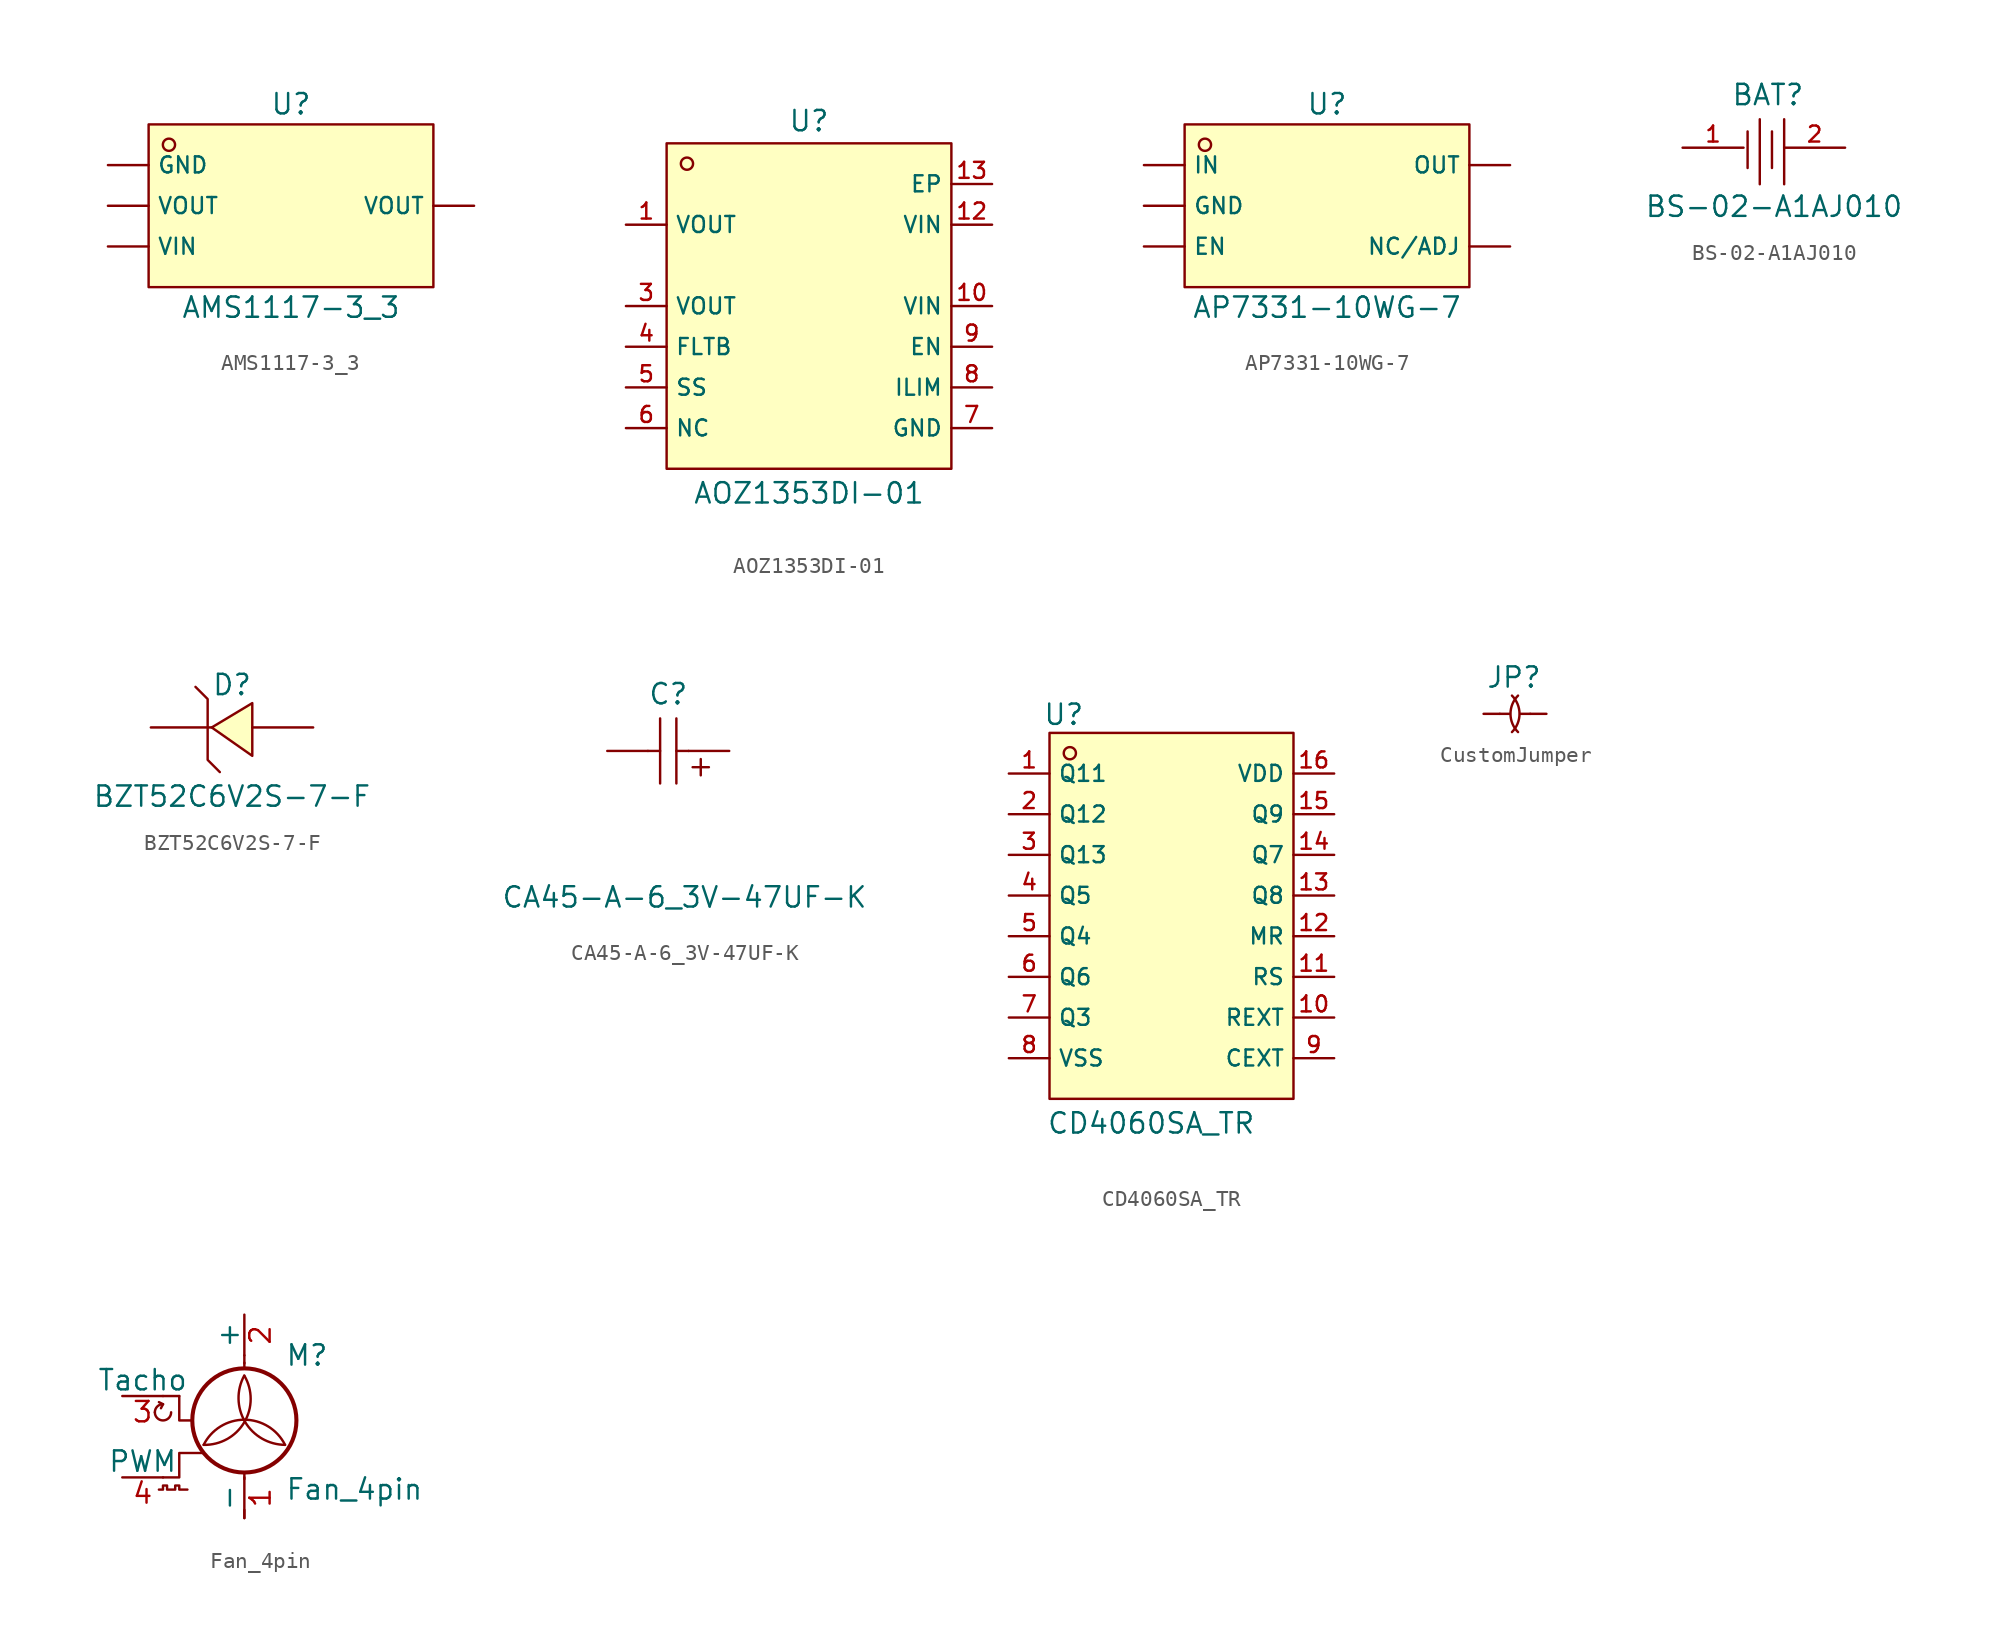
<source format=kicad_sym>
(kicad_symbol_lib
  (version 20241209)
  (generator "kicad_symbol_editor")
  (generator_version "9.0")
  (symbol "AMS1117-3_3"
    (pin_numbers
      (hide yes))
    (property "Reference" "U"
      (at 0 6.35 0)
      (effects (font (size 1.27 1.27))))
    (property "Value" "AMS1117-3_3"
      (at 0 -6.35 0)
      (effects (font (size 1.27 1.27))))
    (symbol "AMS1117-3_3_0_1"
      (rectangle (start -8.89 5.08) (end 8.89 -5.08) (stroke (width 0) (type default)) (fill (type background)))
      (circle (center -7.62 3.81) (radius 0.381) (stroke (width 0) (type default)) (fill (type background)))
      (pin unspecified line (at -11.43 2.54 0) (length 2.54) (name "GND" (effects (font (size 1 1)))) (number "1" (effects (font (size 1 1)))))
      (pin unspecified line (at -11.43 0 0) (length 2.54) (name "VOUT" (effects (font (size 1 1)))) (number "2" (effects (font (size 1 1)))))
      (pin unspecified line (at -11.43 -2.54 0) (length 2.54) (name "VIN" (effects (font (size 1 1)))) (number "3" (effects (font (size 1 1)))))
      (pin unspecified line (at 11.43 0 180) (length 2.54) (name "VOUT" (effects (font (size 1 1)))) (number "4" (effects (font (size 1 1)))))))
  (symbol "AOZ1353DI-01"
    (property "Reference" "U"
      (at 0 11.557 0)
      (effects (font (size 1.27 1.27))))
    (property "Value" "AOZ1353DI-01"
      (at 0 -11.684 0)
      (effects (font (size 1.27 1.27))))
    (symbol "AOZ1353DI-01_0_1"
      (rectangle (start -8.89 10.16) (end 8.89 -10.16) (stroke (width 0) (type default)) (fill (type background)))
      (circle (center -7.62 8.89) (radius 0.381) (stroke (width 0) (type default)) (fill (type background)))
      (pin unspecified line (at -11.43 5.08 0) (length 2.54) (name "VOUT" (effects (font (size 1 1)))) (number "1" (effects (font (size 1 1)))))
      (pin unspecified line (at -11.43 0 0) (length 2.54) (name "VOUT" (effects (font (size 1 1)))) (number "3" (effects (font (size 1 1)))))
      (pin unspecified line (at -11.43 -2.54 0) (length 2.54) (name "FLTB" (effects (font (size 1 1)))) (number "4" (effects (font (size 1 1)))))
      (pin unspecified line (at -11.43 -5.08 0) (length 2.54) (name "SS" (effects (font (size 1 1)))) (number "5" (effects (font (size 1 1)))))
      (pin unspecified line (at -11.43 -7.62 0) (length 2.54) (name "NC" (effects (font (size 1 1)))) (number "6" (effects (font (size 1 1)))))
      (pin unspecified line (at 11.43 7.62 180) (length 2.54) (name "EP" (effects (font (size 1 1)))) (number "13" (effects (font (size 1 1)))))
      (pin unspecified line (at 11.43 5.08 180) (length 2.54) (name "VIN" (effects (font (size 1 1)))) (number "12" (effects (font (size 1 1)))))
      (pin unspecified line (at 11.43 0 180) (length 2.54) (name "VIN" (effects (font (size 1 1)))) (number "10" (effects (font (size 1 1)))))
      (pin unspecified line (at 11.43 -2.54 180) (length 2.54) (name "EN" (effects (font (size 1 1)))) (number "9" (effects (font (size 1 1)))))
      (pin unspecified line (at 11.43 -5.08 180) (length 2.54) (name "ILIM" (effects (font (size 1 1)))) (number "8" (effects (font (size 1 1)))))
      (pin unspecified line (at 11.43 -7.62 180) (length 2.54) (name "GND" (effects (font (size 1 1)))) (number "7" (effects (font (size 1 1)))))))
  (symbol "AP7331-10WG-7"
    (pin_numbers
      (hide yes))
    (property "Reference" "U"
      (at 0 6.35 0)
      (effects (font (size 1.27 1.27))))
    (property "Value" "AP7331-10WG-7"
      (at 0 -6.35 0)
      (effects (font (size 1.27 1.27))))
    (symbol "AP7331-10WG-7_0_1"
      (rectangle (start -8.89 5.08) (end 8.89 -5.08) (stroke (width 0) (type default)) (fill (type background)))
      (circle (center -7.62 3.81) (radius 0.381) (stroke (width 0) (type default)) (fill (type background)))
      (pin unspecified line (at -11.43 2.54 0) (length 2.54) (name "IN" (effects (font (size 1 1)))) (number "1" (effects (font (size 1 1)))))
      (pin unspecified line (at -11.43 0 0) (length 2.54) (name "GND" (effects (font (size 1 1)))) (number "2" (effects (font (size 1 1)))))
      (pin unspecified line (at -11.43 -2.54 0) (length 2.54) (name "EN" (effects (font (size 1 1)))) (number "3" (effects (font (size 1 1)))))
      (pin unspecified line (at 11.43 2.54 180) (length 2.54) (name "OUT" (effects (font (size 1 1)))) (number "5" (effects (font (size 1 1)))))
      (pin unspecified line (at 11.43 -2.54 180) (length 2.54) (name "NC/ADJ" (effects (font (size 1 1)))) (number "4" (effects (font (size 1 1)))))))
  (symbol "BS-02-A1AJ010"
    (pin_names
      (hide yes))
    (property "Reference" "BAT"
      (at 0.254 3.302 0)
      (effects (font (size 1.27 1.27))))
    (property "Value" "BS-02-A1AJ010"
      (at 0.635 -3.683 0)
      (effects (font (size 1.27 1.27))))
    (symbol "BS-02-A1AJ010_0_1"
      (polyline (pts (xy -1.016 -1.27) (xy -1.016 1.016)) (stroke (width 0) (type default)) (fill (type none)))
      (polyline (pts (xy -0.254 -2.286) (xy -0.254 1.778)) (stroke (width 0) (type default)) (fill (type none)))
      (polyline (pts (xy 0.508 -1.27) (xy 0.508 1.016)) (stroke (width 0) (type default)) (fill (type none)))
      (polyline (pts (xy 1.27 -2.286) (xy 1.27 1.778)) (stroke (width 0) (type default)) (fill (type none)))
      (pin input line (at -5.08 0 0) (length 3.81) (name "1" (effects (font (size 1 1)))) (number "1" (effects (font (size 1 1)))))
      (pin input line (at 5.08 0 180) (length 3.81) (name "2" (effects (font (size 1 1)))) (number "2" (effects (font (size 1 1)))))))
  (symbol "BZT52C6V2S-7-F"
    (pin_numbers
      (hide yes))
    (pin_names
      (offset 0)
      (hide yes))
    (property "Reference" "D"
      (at 0 2.667 0)
      (effects (font (size 1.27 1.27))))
    (property "Value" "BZT52C6V2S-7-F"
      (at 0 -4.318 0)
      (effects (font (size 1.27 1.27))))
    (symbol "BZT52C6V2S-7-F_0_1"
      (polyline (pts (xy -2.286 2.54) (xy -1.524 1.778) (xy -1.524 1.778) (xy -1.524 -2.032) (xy -1.524 -2.032) (xy -0.762 -2.794)) (stroke (width 0) (type default)) (fill (type none)))
      (polyline (pts (xy 1.27 1.524) (xy -1.27 0) (xy 1.27 -1.778) (xy 1.27 1.524)) (stroke (width 0) (type default)) (fill (type background)))
      (pin unspecified line (at -5.08 0 0) (length 3.81) (name "K" (effects (font (size 1 1)))) (number "1" (effects (font (size 1 1)))))
      (pin unspecified line (at 5.08 0 180) (length 3.81) (name "A" (effects (font (size 1 1)))) (number "2" (effects (font (size 1 1)))))))
  (symbol "CA45-A-6_3V-47UF-K"
    (pin_numbers
      (hide yes))
    (pin_names
      (hide yes))
    (property "Reference" "C"
      (at 0 3.556 0)
      (effects (font (size 1.27 1.27))))
    (property "Value" "CA45-A-6_3V-47UF-K"
      (at 1.016 -9.144 0)
      (effects (font (size 1.27 1.27))))
    (symbol "CA45-A-6_3V-47UF-K_0_1"
      (polyline (pts (xy -0.508 0) (xy -1.27 0)) (stroke (width 0) (type default)) (fill (type none)))
      (polyline (pts (xy -0.508 -2.032) (xy -0.508 2.032)) (stroke (width 0) (type default)) (fill (type none)))
      (polyline (pts (xy 0.508 -2.032) (xy 0.508 2.032)) (stroke (width 0) (type default)) (fill (type none)))
      (polyline (pts (xy 1.27 0) (xy 0.508 0)) (stroke (width 0) (type default)) (fill (type none)))
      (polyline (pts (xy 2.032 -1.524) (xy 2.032 -0.508)) (stroke (width 0) (type default)) (fill (type none)))
      (polyline (pts (xy 2.54 -1.016) (xy 1.524 -1.016)) (stroke (width 0) (type default)) (fill (type none)))
      (pin input line (at -3.81 0 0) (length 2.54) (name "2" (effects (font (size 1 1)))) (number "2" (effects (font (size 1 1)))))
      (pin input line (at 3.81 0 180) (length 2.54) (name "1" (effects (font (size 1 1)))) (number "1" (effects (font (size 1 1)))))))
  (symbol "CD4060SA_TR"
    (property "Reference" "U"
      (at -6.731 12.573 0)
      (effects (font (size 1.27 1.27))))
    (property "Value" "CD4060SA_TR"
      (at -1.27 -12.954 0)
      (effects (font (size 1.27 1.27))))
    (symbol "CD4060SA_TR_0_1"
      (rectangle (start -7.62 11.43) (end 7.62 -11.43) (stroke (width 0) (type default)) (fill (type background)))
      (circle (center -6.35 10.16) (radius 0.381) (stroke (width 0) (type default)) (fill (type background)))
      (pin unspecified line (at -10.16 8.89 0) (length 2.54) (name "Q11" (effects (font (size 1 1)))) (number "1" (effects (font (size 1 1)))))
      (pin unspecified line (at -10.16 6.35 0) (length 2.54) (name "Q12" (effects (font (size 1 1)))) (number "2" (effects (font (size 1 1)))))
      (pin unspecified line (at -10.16 3.81 0) (length 2.54) (name "Q13" (effects (font (size 1 1)))) (number "3" (effects (font (size 1 1)))))
      (pin unspecified line (at -10.16 1.27 0) (length 2.54) (name "Q5" (effects (font (size 1 1)))) (number "4" (effects (font (size 1 1)))))
      (pin unspecified line (at -10.16 -1.27 0) (length 2.54) (name "Q4" (effects (font (size 1 1)))) (number "5" (effects (font (size 1 1)))))
      (pin unspecified line (at -10.16 -3.81 0) (length 2.54) (name "Q6" (effects (font (size 1 1)))) (number "6" (effects (font (size 1 1)))))
      (pin unspecified line (at -10.16 -6.35 0) (length 2.54) (name "Q3" (effects (font (size 1 1)))) (number "7" (effects (font (size 1 1)))))
      (pin unspecified line (at -10.16 -8.89 0) (length 2.54) (name "VSS" (effects (font (size 1 1)))) (number "8" (effects (font (size 1 1)))))
      (pin unspecified line (at 10.16 8.89 180) (length 2.54) (name "VDD" (effects (font (size 1 1)))) (number "16" (effects (font (size 1 1)))))
      (pin unspecified line (at 10.16 6.35 180) (length 2.54) (name "Q9" (effects (font (size 1 1)))) (number "15" (effects (font (size 1 1)))))
      (pin unspecified line (at 10.16 3.81 180) (length 2.54) (name "Q7" (effects (font (size 1 1)))) (number "14" (effects (font (size 1 1)))))
      (pin unspecified line (at 10.16 1.27 180) (length 2.54) (name "Q8" (effects (font (size 1 1)))) (number "13" (effects (font (size 1 1)))))
      (pin unspecified line (at 10.16 -1.27 180) (length 2.54) (name "MR" (effects (font (size 1 1)))) (number "12" (effects (font (size 1 1)))))
      (pin unspecified line (at 10.16 -3.81 180) (length 2.54) (name "RS" (effects (font (size 1 1)))) (number "11" (effects (font (size 1 1)))))
      (pin unspecified line (at 10.16 -6.35 180) (length 2.54) (name "REXT" (effects (font (size 1 1)))) (number "10" (effects (font (size 1 1)))))
      (pin unspecified line (at 10.16 -8.89 180) (length 2.54) (name "CEXT" (effects (font (size 1 1)))) (number "9" (effects (font (size 1 1)))))))
  (symbol "CustomJumper"
    (pin_numbers
      (hide yes))
    (pin_names
      (hide yes))
    (property "Reference" "JP"
      (at 0 0 0)
      (effects (font (size 1.27 1.27))))
    (property "Value" ""
      (at 0 0 0)
      (effects (font (size 1.27 1.27))))
    (symbol "CustomJumper_0_1"
      (arc (start -0.1271 -1.143) (mid 0.3464 -2.286) (end -0.1271 -3.429) (stroke (width 0) (type default)) (fill (type none)))
      (polyline (pts (xy -0.889 -2.286) (xy -0.254 -2.286)) (stroke (width 0) (type default)) (fill (type none)))
      (polyline (pts (xy 1.016 -2.286) (xy 0.381 -2.286)) (stroke (width 0) (type default)) (fill (type none)))
      (arc (start 0.2541 -3.429) (mid -0.2194 -2.286) (end 0.2541 -1.143) (stroke (width 0) (type default)) (fill (type none))))
    (symbol "CustomJumper_1_1"
      (pin passive line (at -1.905 -2.286 0) (length 1.016) (name "~" (effects (font (size 1.27 1.27)))) (number "1" (effects (font (size 1.27 1.27)))))
      (pin passive line (at 2.032 -2.286 180) (length 1.016) (name "~" (effects (font (size 1.27 1.27)))) (number "2" (effects (font (size 1.27 1.27)))))))
  (symbol "Fan_4pin"
    (pin_names
      (offset 0))
    (property "Reference" "M"
      (at 2.54 5.08 0)
      (effects (font (size 1.27 1.27)) (justify left)))
    (property "Value" "Fan_4pin"
      (at 2.54 -2.54 0)
      (effects (font (size 1.27 1.27)) (justify left top)))
    (symbol "Fan_4pin_0_0"
      (polyline (pts (xy -5.08 2.032) (xy -5.334 2.159)) (stroke (width 0) (type default)) (fill (type none)))
      (polyline (pts (xy -5.08 2.032) (xy -5.207 1.778)) (stroke (width 0) (type default)) (fill (type none)))
      (arc (start -4.572 1.524) (mid -5.08 1.0182) (end -5.588 1.524) (stroke (width 0) (type default)) (fill (type none)))
      (arc (start -5.588 1.524) (mid -5.4392 1.8832) (end -5.08 2.032) (stroke (width 0) (type default)) (fill (type none)))
      (polyline (pts (xy -4.064 2.54) (xy -4.064 1.016) (xy -3.302 1.016)) (stroke (width 0) (type default)) (fill (type none))))
    (symbol "Fan_4pin_0_1"
      (polyline (pts (xy -5.334 -3.302) (xy -5.08 -3.302) (xy -5.08 -3.048) (xy -4.826 -3.048) (xy -4.826 -3.302) (xy -4.318 -3.302) (xy -4.318 -3.048) (xy -4.064 -3.048) (xy -4.064 -3.302) (xy -3.556 -3.302)) (stroke (width 0) (type default)) (fill (type none)))
      (polyline (pts (xy -4.064 2.54) (xy -5.08 2.54)) (stroke (width 0) (type default)) (fill (type none)))
      (polyline (pts (xy -2.54 -1.016) (xy -4.064 -1.016) (xy -4.064 -2.54) (xy -5.08 -2.54)) (stroke (width 0) (type default)) (fill (type none)))
      (arc (start 0 3.81) (mid -0.0015 0.9048) (end -2.54 -0.508) (stroke (width 0) (type default)) (fill (type none)))
      (polyline (pts (xy 0 4.572) (xy 0 5.08)) (stroke (width 0) (type default)) (fill (type none)))
      (polyline (pts (xy 0 4.267) (xy 0 4.623)) (stroke (width 0) (type default)) (fill (type none)))
      (circle (center 0 1.016) (radius 3.251) (stroke (width 0.254) (type default)) (fill (type none)))
      (arc (start -2.54 -0.508) (mid 0 1.0618) (end 2.54 -0.508) (stroke (width 0) (type default)) (fill (type none)))
      (polyline (pts (xy 0 -2.235) (xy 0 -2.642)) (stroke (width 0) (type default)) (fill (type none)))
      (polyline (pts (xy 0 -5.08) (xy 0 -4.572)) (stroke (width 0) (type default)) (fill (type none)))
      (arc (start 2.54 -0.508) (mid 0.047 0.9315) (end 0 3.81) (stroke (width 0) (type default)) (fill (type none))))
    (symbol "Fan_4pin_1_1"
      (pin passive line (at -7.62 2.54 0) (length 2.54) (name "Tacho" (effects (font (size 1.27 1.27)))) (number "3" (effects (font (size 1.27 1.27)))))
      (pin input line (at -7.62 -2.54 0) (length 2.54) (name "PWM" (effects (font (size 1.27 1.27)))) (number "4" (effects (font (size 1.27 1.27)))))
      (pin passive line (at 0 7.62 270) (length 2.54) (name "+" (effects (font (size 1.27 1.27)))) (number "2" (effects (font (size 1.27 1.27)))))
      (pin passive line (at 0 -5.08 90) (length 2.54) (name "-" (effects (font (size 1.27 1.27)))) (number "1" (effects (font (size 1.27 1.27))))))))
</source>
